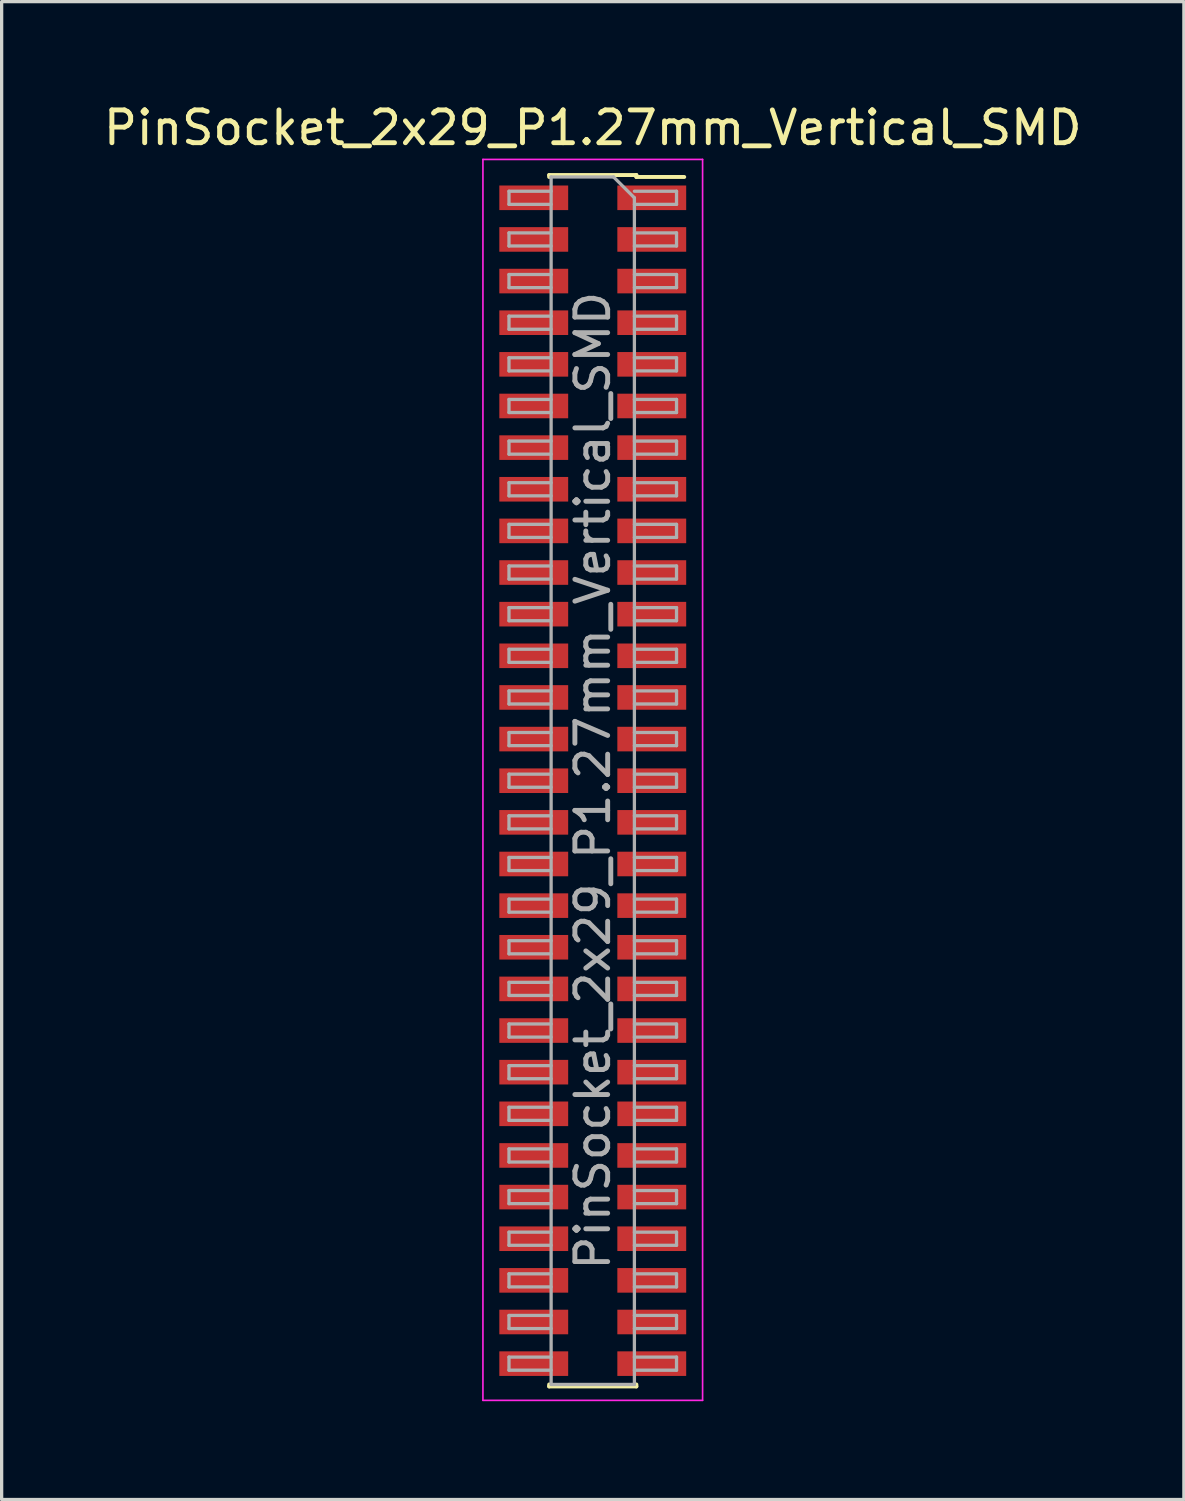
<source format=kicad_pcb>
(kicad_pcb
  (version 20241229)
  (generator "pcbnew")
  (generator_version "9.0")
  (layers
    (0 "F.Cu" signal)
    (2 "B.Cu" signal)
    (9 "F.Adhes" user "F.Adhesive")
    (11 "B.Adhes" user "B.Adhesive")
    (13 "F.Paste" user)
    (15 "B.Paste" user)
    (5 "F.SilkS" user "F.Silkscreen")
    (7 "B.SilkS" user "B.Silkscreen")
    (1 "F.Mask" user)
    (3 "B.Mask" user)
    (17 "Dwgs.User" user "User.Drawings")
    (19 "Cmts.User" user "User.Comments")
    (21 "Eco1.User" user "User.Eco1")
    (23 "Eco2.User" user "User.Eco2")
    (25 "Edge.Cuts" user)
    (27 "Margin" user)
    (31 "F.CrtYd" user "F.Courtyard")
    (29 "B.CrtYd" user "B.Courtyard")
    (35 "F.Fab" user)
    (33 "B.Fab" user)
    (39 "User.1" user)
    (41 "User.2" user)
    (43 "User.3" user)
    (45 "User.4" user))
  (footprint "PinSocket_2x29_P1.27mm_Vertical_SMD"
    (layer "F.Cu")
    (at 15.03 20.763)
    (property "Reference" "PinSocket_2x29_P1.27mm_Vertical_SMD" (at 0 -19.915 0) (layer "F.SilkS") (effects (font (size 1 1) (thickness 0.15))))
    (attr smd)
    (fp_line (start -1.33 -18.475) (end -1.33 -18.415) (stroke (width 0.12) (type solid)) (layer "F.SilkS"))
    (fp_line (start -1.33 -18.475) (end 1.33 -18.475) (stroke (width 0.12) (type solid)) (layer "F.SilkS"))
    (fp_line (start -1.33 18.415) (end -1.33 18.475) (stroke (width 0.12) (type solid)) (layer "F.SilkS"))
    (fp_line (start -1.33 18.475) (end 1.33 18.475) (stroke (width 0.12) (type solid)) (layer "F.SilkS"))
    (fp_line (start 1.33 -18.475) (end 1.33 -18.415) (stroke (width 0.12) (type solid)) (layer "F.SilkS"))
    (fp_line (start 1.33 -18.415) (end 2.79 -18.415) (stroke (width 0.12) (type solid)) (layer "F.SilkS"))
    (fp_line (start 1.33 18.415) (end 1.33 18.475) (stroke (width 0.12) (type solid)) (layer "F.SilkS"))
    (fp_line (start -3.35 -18.95) (end 3.35 -18.95) (stroke (width 0.05) (type solid)) (layer "F.CrtYd"))
    (fp_line (start -3.35 18.9) (end -3.35 -18.95) (stroke (width 0.05) (type solid)) (layer "F.CrtYd"))
    (fp_line (start 3.35 -18.95) (end 3.35 18.9) (stroke (width 0.05) (type solid)) (layer "F.CrtYd"))
    (fp_line (start 3.35 18.9) (end -3.35 18.9) (stroke (width 0.05) (type solid)) (layer "F.CrtYd"))
    (fp_line (start -2.555 -17.98) (end -1.27 -17.98) (stroke (width 0.1) (type solid)) (layer "F.Fab"))
    (fp_line (start -2.555 -17.58) (end -2.555 -17.98) (stroke (width 0.1) (type solid)) (layer "F.Fab"))
    (fp_line (start -2.555 -16.71) (end -1.27 -16.71) (stroke (width 0.1) (type solid)) (layer "F.Fab"))
    (fp_line (start -2.555 -16.31) (end -2.555 -16.71) (stroke (width 0.1) (type solid)) (layer "F.Fab"))
    (fp_line (start -2.555 -15.44) (end -1.27 -15.44) (stroke (width 0.1) (type solid)) (layer "F.Fab"))
    (fp_line (start -2.555 -15.04) (end -2.555 -15.44) (stroke (width 0.1) (type solid)) (layer "F.Fab"))
    (fp_line (start -2.555 -14.17) (end -1.27 -14.17) (stroke (width 0.1) (type solid)) (layer "F.Fab"))
    (fp_line (start -2.555 -13.77) (end -2.555 -14.17) (stroke (width 0.1) (type solid)) (layer "F.Fab"))
    (fp_line (start -2.555 -12.9) (end -1.27 -12.9) (stroke (width 0.1) (type solid)) (layer "F.Fab"))
    (fp_line (start -2.555 -12.5) (end -2.555 -12.9) (stroke (width 0.1) (type solid)) (layer "F.Fab"))
    (fp_line (start -2.555 -11.63) (end -1.27 -11.63) (stroke (width 0.1) (type solid)) (layer "F.Fab"))
    (fp_line (start -2.555 -11.23) (end -2.555 -11.63) (stroke (width 0.1) (type solid)) (layer "F.Fab"))
    (fp_line (start -2.555 -10.36) (end -1.27 -10.36) (stroke (width 0.1) (type solid)) (layer "F.Fab"))
    (fp_line (start -2.555 -9.96) (end -2.555 -10.36) (stroke (width 0.1) (type solid)) (layer "F.Fab"))
    (fp_line (start -2.555 -9.09) (end -1.27 -9.09) (stroke (width 0.1) (type solid)) (layer "F.Fab"))
    (fp_line (start -2.555 -8.69) (end -2.555 -9.09) (stroke (width 0.1) (type solid)) (layer "F.Fab"))
    (fp_line (start -2.555 -7.82) (end -1.27 -7.82) (stroke (width 0.1) (type solid)) (layer "F.Fab"))
    (fp_line (start -2.555 -7.42) (end -2.555 -7.82) (stroke (width 0.1) (type solid)) (layer "F.Fab"))
    (fp_line (start -2.555 -6.55) (end -1.27 -6.55) (stroke (width 0.1) (type solid)) (layer "F.Fab"))
    (fp_line (start -2.555 -6.15) (end -2.555 -6.55) (stroke (width 0.1) (type solid)) (layer "F.Fab"))
    (fp_line (start -2.555 -5.28) (end -1.27 -5.28) (stroke (width 0.1) (type solid)) (layer "F.Fab"))
    (fp_line (start -2.555 -4.88) (end -2.555 -5.28) (stroke (width 0.1) (type solid)) (layer "F.Fab"))
    (fp_line (start -2.555 -4.01) (end -1.27 -4.01) (stroke (width 0.1) (type solid)) (layer "F.Fab"))
    (fp_line (start -2.555 -3.61) (end -2.555 -4.01) (stroke (width 0.1) (type solid)) (layer "F.Fab"))
    (fp_line (start -2.555 -2.74) (end -1.27 -2.74) (stroke (width 0.1) (type solid)) (layer "F.Fab"))
    (fp_line (start -2.555 -2.34) (end -2.555 -2.74) (stroke (width 0.1) (type solid)) (layer "F.Fab"))
    (fp_line (start -2.555 -1.47) (end -1.27 -1.47) (stroke (width 0.1) (type solid)) (layer "F.Fab"))
    (fp_line (start -2.555 -1.07) (end -2.555 -1.47) (stroke (width 0.1) (type solid)) (layer "F.Fab"))
    (fp_line (start -2.555 -0.2) (end -1.27 -0.2) (stroke (width 0.1) (type solid)) (layer "F.Fab"))
    (fp_line (start -2.555 0.2) (end -2.555 -0.2) (stroke (width 0.1) (type solid)) (layer "F.Fab"))
    (fp_line (start -2.555 1.07) (end -1.27 1.07) (stroke (width 0.1) (type solid)) (layer "F.Fab"))
    (fp_line (start -2.555 1.47) (end -2.555 1.07) (stroke (width 0.1) (type solid)) (layer "F.Fab"))
    (fp_line (start -2.555 2.34) (end -1.27 2.34) (stroke (width 0.1) (type solid)) (layer "F.Fab"))
    (fp_line (start -2.555 2.74) (end -2.555 2.34) (stroke (width 0.1) (type solid)) (layer "F.Fab"))
    (fp_line (start -2.555 3.61) (end -1.27 3.61) (stroke (width 0.1) (type solid)) (layer "F.Fab"))
    (fp_line (start -2.555 4.01) (end -2.555 3.61) (stroke (width 0.1) (type solid)) (layer "F.Fab"))
    (fp_line (start -2.555 4.88) (end -1.27 4.88) (stroke (width 0.1) (type solid)) (layer "F.Fab"))
    (fp_line (start -2.555 5.28) (end -2.555 4.88) (stroke (width 0.1) (type solid)) (layer "F.Fab"))
    (fp_line (start -2.555 6.15) (end -1.27 6.15) (stroke (width 0.1) (type solid)) (layer "F.Fab"))
    (fp_line (start -2.555 6.55) (end -2.555 6.15) (stroke (width 0.1) (type solid)) (layer "F.Fab"))
    (fp_line (start -2.555 7.42) (end -1.27 7.42) (stroke (width 0.1) (type solid)) (layer "F.Fab"))
    (fp_line (start -2.555 7.82) (end -2.555 7.42) (stroke (width 0.1) (type solid)) (layer "F.Fab"))
    (fp_line (start -2.555 8.69) (end -1.27 8.69) (stroke (width 0.1) (type solid)) (layer "F.Fab"))
    (fp_line (start -2.555 9.09) (end -2.555 8.69) (stroke (width 0.1) (type solid)) (layer "F.Fab"))
    (fp_line (start -2.555 9.96) (end -1.27 9.96) (stroke (width 0.1) (type solid)) (layer "F.Fab"))
    (fp_line (start -2.555 10.36) (end -2.555 9.96) (stroke (width 0.1) (type solid)) (layer "F.Fab"))
    (fp_line (start -2.555 11.23) (end -1.27 11.23) (stroke (width 0.1) (type solid)) (layer "F.Fab"))
    (fp_line (start -2.555 11.63) (end -2.555 11.23) (stroke (width 0.1) (type solid)) (layer "F.Fab"))
    (fp_line (start -2.555 12.5) (end -1.27 12.5) (stroke (width 0.1) (type solid)) (layer "F.Fab"))
    (fp_line (start -2.555 12.9) (end -2.555 12.5) (stroke (width 0.1) (type solid)) (layer "F.Fab"))
    (fp_line (start -2.555 13.77) (end -1.27 13.77) (stroke (width 0.1) (type solid)) (layer "F.Fab"))
    (fp_line (start -2.555 14.17) (end -2.555 13.77) (stroke (width 0.1) (type solid)) (layer "F.Fab"))
    (fp_line (start -2.555 15.04) (end -1.27 15.04) (stroke (width 0.1) (type solid)) (layer "F.Fab"))
    (fp_line (start -2.555 15.44) (end -2.555 15.04) (stroke (width 0.1) (type solid)) (layer "F.Fab"))
    (fp_line (start -2.555 16.31) (end -1.27 16.31) (stroke (width 0.1) (type solid)) (layer "F.Fab"))
    (fp_line (start -2.555 16.71) (end -2.555 16.31) (stroke (width 0.1) (type solid)) (layer "F.Fab"))
    (fp_line (start -2.555 17.58) (end -1.27 17.58) (stroke (width 0.1) (type solid)) (layer "F.Fab"))
    (fp_line (start -2.555 17.98) (end -2.555 17.58) (stroke (width 0.1) (type solid)) (layer "F.Fab"))
    (fp_line (start -1.27 -18.415) (end 0.635 -18.415) (stroke (width 0.1) (type solid)) (layer "F.Fab"))
    (fp_line (start -1.27 -17.58) (end -2.555 -17.58) (stroke (width 0.1) (type solid)) (layer "F.Fab"))
    (fp_line (start -1.27 -16.31) (end -2.555 -16.31) (stroke (width 0.1) (type solid)) (layer "F.Fab"))
    (fp_line (start -1.27 -15.04) (end -2.555 -15.04) (stroke (width 0.1) (type solid)) (layer "F.Fab"))
    (fp_line (start -1.27 -13.77) (end -2.555 -13.77) (stroke (width 0.1) (type solid)) (layer "F.Fab"))
    (fp_line (start -1.27 -12.5) (end -2.555 -12.5) (stroke (width 0.1) (type solid)) (layer "F.Fab"))
    (fp_line (start -1.27 -11.23) (end -2.555 -11.23) (stroke (width 0.1) (type solid)) (layer "F.Fab"))
    (fp_line (start -1.27 -9.96) (end -2.555 -9.96) (stroke (width 0.1) (type solid)) (layer "F.Fab"))
    (fp_line (start -1.27 -8.69) (end -2.555 -8.69) (stroke (width 0.1) (type solid)) (layer "F.Fab"))
    (fp_line (start -1.27 -7.42) (end -2.555 -7.42) (stroke (width 0.1) (type solid)) (layer "F.Fab"))
    (fp_line (start -1.27 -6.15) (end -2.555 -6.15) (stroke (width 0.1) (type solid)) (layer "F.Fab"))
    (fp_line (start -1.27 -4.88) (end -2.555 -4.88) (stroke (width 0.1) (type solid)) (layer "F.Fab"))
    (fp_line (start -1.27 -3.61) (end -2.555 -3.61) (stroke (width 0.1) (type solid)) (layer "F.Fab"))
    (fp_line (start -1.27 -2.34) (end -2.555 -2.34) (stroke (width 0.1) (type solid)) (layer "F.Fab"))
    (fp_line (start -1.27 -1.07) (end -2.555 -1.07) (stroke (width 0.1) (type solid)) (layer "F.Fab"))
    (fp_line (start -1.27 0.2) (end -2.555 0.2) (stroke (width 0.1) (type solid)) (layer "F.Fab"))
    (fp_line (start -1.27 1.47) (end -2.555 1.47) (stroke (width 0.1) (type solid)) (layer "F.Fab"))
    (fp_line (start -1.27 2.74) (end -2.555 2.74) (stroke (width 0.1) (type solid)) (layer "F.Fab"))
    (fp_line (start -1.27 4.01) (end -2.555 4.01) (stroke (width 0.1) (type solid)) (layer "F.Fab"))
    (fp_line (start -1.27 5.28) (end -2.555 5.28) (stroke (width 0.1) (type solid)) (layer "F.Fab"))
    (fp_line (start -1.27 6.55) (end -2.555 6.55) (stroke (width 0.1) (type solid)) (layer "F.Fab"))
    (fp_line (start -1.27 7.82) (end -2.555 7.82) (stroke (width 0.1) (type solid)) (layer "F.Fab"))
    (fp_line (start -1.27 9.09) (end -2.555 9.09) (stroke (width 0.1) (type solid)) (layer "F.Fab"))
    (fp_line (start -1.27 10.36) (end -2.555 10.36) (stroke (width 0.1) (type solid)) (layer "F.Fab"))
    (fp_line (start -1.27 11.63) (end -2.555 11.63) (stroke (width 0.1) (type solid)) (layer "F.Fab"))
    (fp_line (start -1.27 12.9) (end -2.555 12.9) (stroke (width 0.1) (type solid)) (layer "F.Fab"))
    (fp_line (start -1.27 14.17) (end -2.555 14.17) (stroke (width 0.1) (type solid)) (layer "F.Fab"))
    (fp_line (start -1.27 15.44) (end -2.555 15.44) (stroke (width 0.1) (type solid)) (layer "F.Fab"))
    (fp_line (start -1.27 16.71) (end -2.555 16.71) (stroke (width 0.1) (type solid)) (layer "F.Fab"))
    (fp_line (start -1.27 17.98) (end -2.555 17.98) (stroke (width 0.1) (type solid)) (layer "F.Fab"))
    (fp_line (start -1.27 18.415) (end -1.27 -18.415) (stroke (width 0.1) (type solid)) (layer "F.Fab"))
    (fp_line (start 0.635 -18.415) (end 1.27 -17.78) (stroke (width 0.1) (type solid)) (layer "F.Fab"))
    (fp_line (start 1.27 -17.98) (end 2.555 -17.98) (stroke (width 0.1) (type solid)) (layer "F.Fab"))
    (fp_line (start 1.27 -17.78) (end 1.27 18.415) (stroke (width 0.1) (type solid)) (layer "F.Fab"))
    (fp_line (start 1.27 -16.71) (end 2.555 -16.71) (stroke (width 0.1) (type solid)) (layer "F.Fab"))
    (fp_line (start 1.27 -15.44) (end 2.555 -15.44) (stroke (width 0.1) (type solid)) (layer "F.Fab"))
    (fp_line (start 1.27 -14.17) (end 2.555 -14.17) (stroke (width 0.1) (type solid)) (layer "F.Fab"))
    (fp_line (start 1.27 -12.9) (end 2.555 -12.9) (stroke (width 0.1) (type solid)) (layer "F.Fab"))
    (fp_line (start 1.27 -11.63) (end 2.555 -11.63) (stroke (width 0.1) (type solid)) (layer "F.Fab"))
    (fp_line (start 1.27 -10.36) (end 2.555 -10.36) (stroke (width 0.1) (type solid)) (layer "F.Fab"))
    (fp_line (start 1.27 -9.09) (end 2.555 -9.09) (stroke (width 0.1) (type solid)) (layer "F.Fab"))
    (fp_line (start 1.27 -7.82) (end 2.555 -7.82) (stroke (width 0.1) (type solid)) (layer "F.Fab"))
    (fp_line (start 1.27 -6.55) (end 2.555 -6.55) (stroke (width 0.1) (type solid)) (layer "F.Fab"))
    (fp_line (start 1.27 -5.28) (end 2.555 -5.28) (stroke (width 0.1) (type solid)) (layer "F.Fab"))
    (fp_line (start 1.27 -4.01) (end 2.555 -4.01) (stroke (width 0.1) (type solid)) (layer "F.Fab"))
    (fp_line (start 1.27 -2.74) (end 2.555 -2.74) (stroke (width 0.1) (type solid)) (layer "F.Fab"))
    (fp_line (start 1.27 -1.47) (end 2.555 -1.47) (stroke (width 0.1) (type solid)) (layer "F.Fab"))
    (fp_line (start 1.27 -0.2) (end 2.555 -0.2) (stroke (width 0.1) (type solid)) (layer "F.Fab"))
    (fp_line (start 1.27 1.07) (end 2.555 1.07) (stroke (width 0.1) (type solid)) (layer "F.Fab"))
    (fp_line (start 1.27 2.34) (end 2.555 2.34) (stroke (width 0.1) (type solid)) (layer "F.Fab"))
    (fp_line (start 1.27 3.61) (end 2.555 3.61) (stroke (width 0.1) (type solid)) (layer "F.Fab"))
    (fp_line (start 1.27 4.88) (end 2.555 4.88) (stroke (width 0.1) (type solid)) (layer "F.Fab"))
    (fp_line (start 1.27 6.15) (end 2.555 6.15) (stroke (width 0.1) (type solid)) (layer "F.Fab"))
    (fp_line (start 1.27 7.42) (end 2.555 7.42) (stroke (width 0.1) (type solid)) (layer "F.Fab"))
    (fp_line (start 1.27 8.69) (end 2.555 8.69) (stroke (width 0.1) (type solid)) (layer "F.Fab"))
    (fp_line (start 1.27 9.96) (end 2.555 9.96) (stroke (width 0.1) (type solid)) (layer "F.Fab"))
    (fp_line (start 1.27 11.23) (end 2.555 11.23) (stroke (width 0.1) (type solid)) (layer "F.Fab"))
    (fp_line (start 1.27 12.5) (end 2.555 12.5) (stroke (width 0.1) (type solid)) (layer "F.Fab"))
    (fp_line (start 1.27 13.77) (end 2.555 13.77) (stroke (width 0.1) (type solid)) (layer "F.Fab"))
    (fp_line (start 1.27 15.04) (end 2.555 15.04) (stroke (width 0.1) (type solid)) (layer "F.Fab"))
    (fp_line (start 1.27 16.31) (end 2.555 16.31) (stroke (width 0.1) (type solid)) (layer "F.Fab"))
    (fp_line (start 1.27 17.58) (end 2.555 17.58) (stroke (width 0.1) (type solid)) (layer "F.Fab"))
    (fp_line (start 1.27 18.415) (end -1.27 18.415) (stroke (width 0.1) (type solid)) (layer "F.Fab"))
    (fp_line (start 2.555 -17.98) (end 2.555 -17.58) (stroke (width 0.1) (type solid)) (layer "F.Fab"))
    (fp_line (start 2.555 -17.58) (end 1.27 -17.58) (stroke (width 0.1) (type solid)) (layer "F.Fab"))
    (fp_line (start 2.555 -16.71) (end 2.555 -16.31) (stroke (width 0.1) (type solid)) (layer "F.Fab"))
    (fp_line (start 2.555 -16.31) (end 1.27 -16.31) (stroke (width 0.1) (type solid)) (layer "F.Fab"))
    (fp_line (start 2.555 -15.44) (end 2.555 -15.04) (stroke (width 0.1) (type solid)) (layer "F.Fab"))
    (fp_line (start 2.555 -15.04) (end 1.27 -15.04) (stroke (width 0.1) (type solid)) (layer "F.Fab"))
    (fp_line (start 2.555 -14.17) (end 2.555 -13.77) (stroke (width 0.1) (type solid)) (layer "F.Fab"))
    (fp_line (start 2.555 -13.77) (end 1.27 -13.77) (stroke (width 0.1) (type solid)) (layer "F.Fab"))
    (fp_line (start 2.555 -12.9) (end 2.555 -12.5) (stroke (width 0.1) (type solid)) (layer "F.Fab"))
    (fp_line (start 2.555 -12.5) (end 1.27 -12.5) (stroke (width 0.1) (type solid)) (layer "F.Fab"))
    (fp_line (start 2.555 -11.63) (end 2.555 -11.23) (stroke (width 0.1) (type solid)) (layer "F.Fab"))
    (fp_line (start 2.555 -11.23) (end 1.27 -11.23) (stroke (width 0.1) (type solid)) (layer "F.Fab"))
    (fp_line (start 2.555 -10.36) (end 2.555 -9.96) (stroke (width 0.1) (type solid)) (layer "F.Fab"))
    (fp_line (start 2.555 -9.96) (end 1.27 -9.96) (stroke (width 0.1) (type solid)) (layer "F.Fab"))
    (fp_line (start 2.555 -9.09) (end 2.555 -8.69) (stroke (width 0.1) (type solid)) (layer "F.Fab"))
    (fp_line (start 2.555 -8.69) (end 1.27 -8.69) (stroke (width 0.1) (type solid)) (layer "F.Fab"))
    (fp_line (start 2.555 -7.82) (end 2.555 -7.42) (stroke (width 0.1) (type solid)) (layer "F.Fab"))
    (fp_line (start 2.555 -7.42) (end 1.27 -7.42) (stroke (width 0.1) (type solid)) (layer "F.Fab"))
    (fp_line (start 2.555 -6.55) (end 2.555 -6.15) (stroke (width 0.1) (type solid)) (layer "F.Fab"))
    (fp_line (start 2.555 -6.15) (end 1.27 -6.15) (stroke (width 0.1) (type solid)) (layer "F.Fab"))
    (fp_line (start 2.555 -5.28) (end 2.555 -4.88) (stroke (width 0.1) (type solid)) (layer "F.Fab"))
    (fp_line (start 2.555 -4.88) (end 1.27 -4.88) (stroke (width 0.1) (type solid)) (layer "F.Fab"))
    (fp_line (start 2.555 -4.01) (end 2.555 -3.61) (stroke (width 0.1) (type solid)) (layer "F.Fab"))
    (fp_line (start 2.555 -3.61) (end 1.27 -3.61) (stroke (width 0.1) (type solid)) (layer "F.Fab"))
    (fp_line (start 2.555 -2.74) (end 2.555 -2.34) (stroke (width 0.1) (type solid)) (layer "F.Fab"))
    (fp_line (start 2.555 -2.34) (end 1.27 -2.34) (stroke (width 0.1) (type solid)) (layer "F.Fab"))
    (fp_line (start 2.555 -1.47) (end 2.555 -1.07) (stroke (width 0.1) (type solid)) (layer "F.Fab"))
    (fp_line (start 2.555 -1.07) (end 1.27 -1.07) (stroke (width 0.1) (type solid)) (layer "F.Fab"))
    (fp_line (start 2.555 -0.2) (end 2.555 0.2) (stroke (width 0.1) (type solid)) (layer "F.Fab"))
    (fp_line (start 2.555 0.2) (end 1.27 0.2) (stroke (width 0.1) (type solid)) (layer "F.Fab"))
    (fp_line (start 2.555 1.07) (end 2.555 1.47) (stroke (width 0.1) (type solid)) (layer "F.Fab"))
    (fp_line (start 2.555 1.47) (end 1.27 1.47) (stroke (width 0.1) (type solid)) (layer "F.Fab"))
    (fp_line (start 2.555 2.34) (end 2.555 2.74) (stroke (width 0.1) (type solid)) (layer "F.Fab"))
    (fp_line (start 2.555 2.74) (end 1.27 2.74) (stroke (width 0.1) (type solid)) (layer "F.Fab"))
    (fp_line (start 2.555 3.61) (end 2.555 4.01) (stroke (width 0.1) (type solid)) (layer "F.Fab"))
    (fp_line (start 2.555 4.01) (end 1.27 4.01) (stroke (width 0.1) (type solid)) (layer "F.Fab"))
    (fp_line (start 2.555 4.88) (end 2.555 5.28) (stroke (width 0.1) (type solid)) (layer "F.Fab"))
    (fp_line (start 2.555 5.28) (end 1.27 5.28) (stroke (width 0.1) (type solid)) (layer "F.Fab"))
    (fp_line (start 2.555 6.15) (end 2.555 6.55) (stroke (width 0.1) (type solid)) (layer "F.Fab"))
    (fp_line (start 2.555 6.55) (end 1.27 6.55) (stroke (width 0.1) (type solid)) (layer "F.Fab"))
    (fp_line (start 2.555 7.42) (end 2.555 7.82) (stroke (width 0.1) (type solid)) (layer "F.Fab"))
    (fp_line (start 2.555 7.82) (end 1.27 7.82) (stroke (width 0.1) (type solid)) (layer "F.Fab"))
    (fp_line (start 2.555 8.69) (end 2.555 9.09) (stroke (width 0.1) (type solid)) (layer "F.Fab"))
    (fp_line (start 2.555 9.09) (end 1.27 9.09) (stroke (width 0.1) (type solid)) (layer "F.Fab"))
    (fp_line (start 2.555 9.96) (end 2.555 10.36) (stroke (width 0.1) (type solid)) (layer "F.Fab"))
    (fp_line (start 2.555 10.36) (end 1.27 10.36) (stroke (width 0.1) (type solid)) (layer "F.Fab"))
    (fp_line (start 2.555 11.23) (end 2.555 11.63) (stroke (width 0.1) (type solid)) (layer "F.Fab"))
    (fp_line (start 2.555 11.63) (end 1.27 11.63) (stroke (width 0.1) (type solid)) (layer "F.Fab"))
    (fp_line (start 2.555 12.5) (end 2.555 12.9) (stroke (width 0.1) (type solid)) (layer "F.Fab"))
    (fp_line (start 2.555 12.9) (end 1.27 12.9) (stroke (width 0.1) (type solid)) (layer "F.Fab"))
    (fp_line (start 2.555 13.77) (end 2.555 14.17) (stroke (width 0.1) (type solid)) (layer "F.Fab"))
    (fp_line (start 2.555 14.17) (end 1.27 14.17) (stroke (width 0.1) (type solid)) (layer "F.Fab"))
    (fp_line (start 2.555 15.04) (end 2.555 15.44) (stroke (width 0.1) (type solid)) (layer "F.Fab"))
    (fp_line (start 2.555 15.44) (end 1.27 15.44) (stroke (width 0.1) (type solid)) (layer "F.Fab"))
    (fp_line (start 2.555 16.31) (end 2.555 16.71) (stroke (width 0.1) (type solid)) (layer "F.Fab"))
    (fp_line (start 2.555 16.71) (end 1.27 16.71) (stroke (width 0.1) (type solid)) (layer "F.Fab"))
    (fp_line (start 2.555 17.58) (end 2.555 17.98) (stroke (width 0.1) (type solid)) (layer "F.Fab"))
    (fp_line (start 2.555 17.98) (end 1.27 17.98) (stroke (width 0.1) (type solid)) (layer "F.Fab"))
    (fp_text user "${REFERENCE}" (at 0 0 90) (layer "F.Fab") (effects (font (size 1 1) (thickness 0.15))))
    (pad "1" smd rect (at 1.8 -17.78) (size 2.1 0.75) (layers "F.Cu" "F.Mask" "F.Paste"))
    (pad "2" smd rect (at -1.8 -17.78) (size 2.1 0.75) (layers "F.Cu" "F.Mask" "F.Paste"))
    (pad "3" smd rect (at 1.8 -16.51) (size 2.1 0.75) (layers "F.Cu" "F.Mask" "F.Paste"))
    (pad "4" smd rect (at -1.8 -16.51) (size 2.1 0.75) (layers "F.Cu" "F.Mask" "F.Paste"))
    (pad "5" smd rect (at 1.8 -15.24) (size 2.1 0.75) (layers "F.Cu" "F.Mask" "F.Paste"))
    (pad "6" smd rect (at -1.8 -15.24) (size 2.1 0.75) (layers "F.Cu" "F.Mask" "F.Paste"))
    (pad "7" smd rect (at 1.8 -13.97) (size 2.1 0.75) (layers "F.Cu" "F.Mask" "F.Paste"))
    (pad "8" smd rect (at -1.8 -13.97) (size 2.1 0.75) (layers "F.Cu" "F.Mask" "F.Paste"))
    (pad "9" smd rect (at 1.8 -12.7) (size 2.1 0.75) (layers "F.Cu" "F.Mask" "F.Paste"))
    (pad "10" smd rect (at -1.8 -12.7) (size 2.1 0.75) (layers "F.Cu" "F.Mask" "F.Paste"))
    (pad "11" smd rect (at 1.8 -11.43) (size 2.1 0.75) (layers "F.Cu" "F.Mask" "F.Paste"))
    (pad "12" smd rect (at -1.8 -11.43) (size 2.1 0.75) (layers "F.Cu" "F.Mask" "F.Paste"))
    (pad "13" smd rect (at 1.8 -10.16) (size 2.1 0.75) (layers "F.Cu" "F.Mask" "F.Paste"))
    (pad "14" smd rect (at -1.8 -10.16) (size 2.1 0.75) (layers "F.Cu" "F.Mask" "F.Paste"))
    (pad "15" smd rect (at 1.8 -8.89) (size 2.1 0.75) (layers "F.Cu" "F.Mask" "F.Paste"))
    (pad "16" smd rect (at -1.8 -8.89) (size 2.1 0.75) (layers "F.Cu" "F.Mask" "F.Paste"))
    (pad "17" smd rect (at 1.8 -7.62) (size 2.1 0.75) (layers "F.Cu" "F.Mask" "F.Paste"))
    (pad "18" smd rect (at -1.8 -7.62) (size 2.1 0.75) (layers "F.Cu" "F.Mask" "F.Paste"))
    (pad "19" smd rect (at 1.8 -6.35) (size 2.1 0.75) (layers "F.Cu" "F.Mask" "F.Paste"))
    (pad "20" smd rect (at -1.8 -6.35) (size 2.1 0.75) (layers "F.Cu" "F.Mask" "F.Paste"))
    (pad "21" smd rect (at 1.8 -5.08) (size 2.1 0.75) (layers "F.Cu" "F.Mask" "F.Paste"))
    (pad "22" smd rect (at -1.8 -5.08) (size 2.1 0.75) (layers "F.Cu" "F.Mask" "F.Paste"))
    (pad "23" smd rect (at 1.8 -3.81) (size 2.1 0.75) (layers "F.Cu" "F.Mask" "F.Paste"))
    (pad "24" smd rect (at -1.8 -3.81) (size 2.1 0.75) (layers "F.Cu" "F.Mask" "F.Paste"))
    (pad "25" smd rect (at 1.8 -2.54) (size 2.1 0.75) (layers "F.Cu" "F.Mask" "F.Paste"))
    (pad "26" smd rect (at -1.8 -2.54) (size 2.1 0.75) (layers "F.Cu" "F.Mask" "F.Paste"))
    (pad "27" smd rect (at 1.8 -1.27) (size 2.1 0.75) (layers "F.Cu" "F.Mask" "F.Paste"))
    (pad "28" smd rect (at -1.8 -1.27) (size 2.1 0.75) (layers "F.Cu" "F.Mask" "F.Paste"))
    (pad "29" smd rect (at 1.8 0) (size 2.1 0.75) (layers "F.Cu" "F.Mask" "F.Paste"))
    (pad "30" smd rect (at -1.8 0) (size 2.1 0.75) (layers "F.Cu" "F.Mask" "F.Paste"))
    (pad "31" smd rect (at 1.8 1.27) (size 2.1 0.75) (layers "F.Cu" "F.Mask" "F.Paste"))
    (pad "32" smd rect (at -1.8 1.27) (size 2.1 0.75) (layers "F.Cu" "F.Mask" "F.Paste"))
    (pad "33" smd rect (at 1.8 2.54) (size 2.1 0.75) (layers "F.Cu" "F.Mask" "F.Paste"))
    (pad "34" smd rect (at -1.8 2.54) (size 2.1 0.75) (layers "F.Cu" "F.Mask" "F.Paste"))
    (pad "35" smd rect (at 1.8 3.81) (size 2.1 0.75) (layers "F.Cu" "F.Mask" "F.Paste"))
    (pad "36" smd rect (at -1.8 3.81) (size 2.1 0.75) (layers "F.Cu" "F.Mask" "F.Paste"))
    (pad "37" smd rect (at 1.8 5.08) (size 2.1 0.75) (layers "F.Cu" "F.Mask" "F.Paste"))
    (pad "38" smd rect (at -1.8 5.08) (size 2.1 0.75) (layers "F.Cu" "F.Mask" "F.Paste"))
    (pad "39" smd rect (at 1.8 6.35) (size 2.1 0.75) (layers "F.Cu" "F.Mask" "F.Paste"))
    (pad "40" smd rect (at -1.8 6.35) (size 2.1 0.75) (layers "F.Cu" "F.Mask" "F.Paste"))
    (pad "41" smd rect (at 1.8 7.62) (size 2.1 0.75) (layers "F.Cu" "F.Mask" "F.Paste"))
    (pad "42" smd rect (at -1.8 7.62) (size 2.1 0.75) (layers "F.Cu" "F.Mask" "F.Paste"))
    (pad "43" smd rect (at 1.8 8.89) (size 2.1 0.75) (layers "F.Cu" "F.Mask" "F.Paste"))
    (pad "44" smd rect (at -1.8 8.89) (size 2.1 0.75) (layers "F.Cu" "F.Mask" "F.Paste"))
    (pad "45" smd rect (at 1.8 10.16) (size 2.1 0.75) (layers "F.Cu" "F.Mask" "F.Paste"))
    (pad "46" smd rect (at -1.8 10.16) (size 2.1 0.75) (layers "F.Cu" "F.Mask" "F.Paste"))
    (pad "47" smd rect (at 1.8 11.43) (size 2.1 0.75) (layers "F.Cu" "F.Mask" "F.Paste"))
    (pad "48" smd rect (at -1.8 11.43) (size 2.1 0.75) (layers "F.Cu" "F.Mask" "F.Paste"))
    (pad "49" smd rect (at 1.8 12.7) (size 2.1 0.75) (layers "F.Cu" "F.Mask" "F.Paste"))
    (pad "50" smd rect (at -1.8 12.7) (size 2.1 0.75) (layers "F.Cu" "F.Mask" "F.Paste"))
    (pad "51" smd rect (at 1.8 13.97) (size 2.1 0.75) (layers "F.Cu" "F.Mask" "F.Paste"))
    (pad "52" smd rect (at -1.8 13.97) (size 2.1 0.75) (layers "F.Cu" "F.Mask" "F.Paste"))
    (pad "53" smd rect (at 1.8 15.24) (size 2.1 0.75) (layers "F.Cu" "F.Mask" "F.Paste"))
    (pad "54" smd rect (at -1.8 15.24) (size 2.1 0.75) (layers "F.Cu" "F.Mask" "F.Paste"))
    (pad "55" smd rect (at 1.8 16.51) (size 2.1 0.75) (layers "F.Cu" "F.Mask" "F.Paste"))
    (pad "56" smd rect (at -1.8 16.51) (size 2.1 0.75) (layers "F.Cu" "F.Mask" "F.Paste"))
    (pad "57" smd rect (at 1.8 17.78) (size 2.1 0.75) (layers "F.Cu" "F.Mask" "F.Paste"))
    (pad "58" smd rect (at -1.8 17.78) (size 2.1 0.75) (layers "F.Cu" "F.Mask" "F.Paste")))
  (gr_rect
    (start -3 -3)
    (end 33.06 42.688)
    (stroke (width 0.1) (type default))
    (fill no)
    (layer "Edge.Cuts")))
</source>
